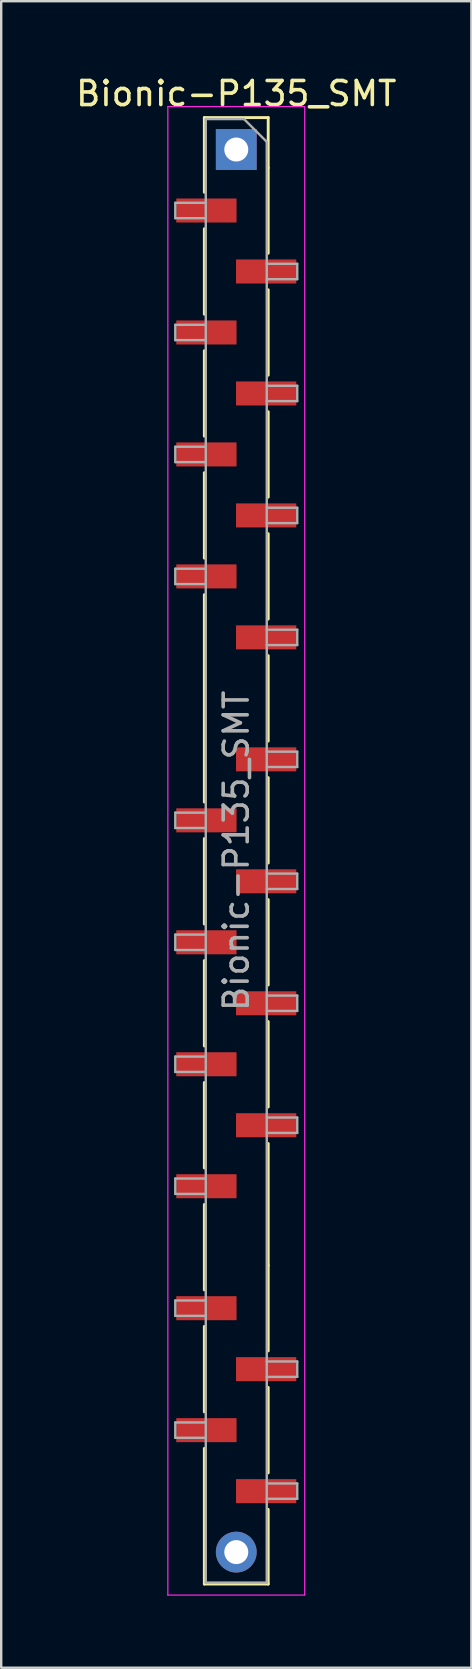
<source format=kicad_pcb>
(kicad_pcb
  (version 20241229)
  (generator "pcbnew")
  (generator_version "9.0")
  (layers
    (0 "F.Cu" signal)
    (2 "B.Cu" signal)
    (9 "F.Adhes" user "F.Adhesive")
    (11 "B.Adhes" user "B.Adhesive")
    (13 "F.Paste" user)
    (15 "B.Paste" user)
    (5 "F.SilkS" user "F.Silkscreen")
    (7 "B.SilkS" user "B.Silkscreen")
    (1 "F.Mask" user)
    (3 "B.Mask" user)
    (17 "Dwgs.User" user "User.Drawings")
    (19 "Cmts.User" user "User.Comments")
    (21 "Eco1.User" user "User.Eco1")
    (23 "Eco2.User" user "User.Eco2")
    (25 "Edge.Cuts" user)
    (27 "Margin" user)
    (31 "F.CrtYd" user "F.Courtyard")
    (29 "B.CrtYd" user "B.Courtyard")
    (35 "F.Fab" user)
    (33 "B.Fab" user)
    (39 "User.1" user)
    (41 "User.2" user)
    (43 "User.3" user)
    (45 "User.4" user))
  (footprint "Bionic-P135_SMT"
    (layer "F.Cu")
    (at 6.812 32.388)
    (property "Reference" "Bionic-P135_SMT" (at -0.021 -31.54 0) (layer "F.SilkS") (effects (font (size 1 1) (thickness 0.15))))
    (attr through_hole)
    (fp_line (start -1.351 -30.54) (end -1.351 -27.43) (stroke (width 0.12) (type solid)) (layer "F.SilkS"))
    (fp_line (start -1.351 -25.91) (end -1.351 -22.35) (stroke (width 0.12) (type solid)) (layer "F.SilkS"))
    (fp_line (start -1.351 -20.83) (end -1.351 -17.27) (stroke (width 0.12) (type solid)) (layer "F.SilkS"))
    (fp_line (start -1.351 -15.75) (end -1.351 -12.19) (stroke (width 0.12) (type solid)) (layer "F.SilkS"))
    (fp_line (start -1.351 -10.67) (end -1.351 -5.59) (stroke (width 0.12) (type solid)) (layer "F.SilkS"))
    (fp_line (start -1.351 -5.59) (end -1.351 -2.03) (stroke (width 0.12) (type solid)) (layer "F.SilkS"))
    (fp_line (start -1.351 -0.51) (end -1.351 3.05) (stroke (width 0.12) (type solid)) (layer "F.SilkS"))
    (fp_line (start -1.351 4.57) (end -1.351 8.13) (stroke (width 0.12) (type solid)) (layer "F.SilkS"))
    (fp_line (start -1.351 9.65) (end -1.351 13.21) (stroke (width 0.12) (type solid)) (layer "F.SilkS"))
    (fp_line (start -1.351 14.73) (end -1.351 18.29) (stroke (width 0.12) (type solid)) (layer "F.SilkS"))
    (fp_line (start -1.351 19.81) (end -1.351 23.37) (stroke (width 0.12) (type solid)) (layer "F.SilkS"))
    (fp_line (start -1.351 24.89) (end -1.351 29.97) (stroke (width 0.12) (type solid)) (layer "F.SilkS"))
    (fp_line (start -1.351 29.97) (end -1.351 30.54) (stroke (width 0.12) (type solid)) (layer "F.SilkS"))
    (fp_line (start 1.309 -30.54) (end -1.351 -30.54) (stroke (width 0.12) (type solid)) (layer "F.SilkS"))
    (fp_line (start 1.309 -30.54) (end 1.309 -28.45) (stroke (width 0.12) (type solid)) (layer "F.SilkS"))
    (fp_line (start 1.309 -28.45) (end 1.309 -24.89) (stroke (width 0.12) (type solid)) (layer "F.SilkS"))
    (fp_line (start 1.309 -23.37) (end 1.309 -19.81) (stroke (width 0.12) (type solid)) (layer "F.SilkS"))
    (fp_line (start 1.309 -18.29) (end 1.309 -14.73) (stroke (width 0.12) (type solid)) (layer "F.SilkS"))
    (fp_line (start 1.309 -13.21) (end 1.309 -9.65) (stroke (width 0.12) (type solid)) (layer "F.SilkS"))
    (fp_line (start 1.309 -8.13) (end 1.309 -4.57) (stroke (width 0.12) (type solid)) (layer "F.SilkS"))
    (fp_line (start 1.309 -3.05) (end 1.309 0.51) (stroke (width 0.12) (type solid)) (layer "F.SilkS"))
    (fp_line (start 1.309 2.03) (end 1.309 5.59) (stroke (width 0.12) (type solid)) (layer "F.SilkS"))
    (fp_line (start 1.309 7.11) (end 1.309 10.67) (stroke (width 0.12) (type solid)) (layer "F.SilkS"))
    (fp_line (start 1.309 12.19) (end 1.309 17.27) (stroke (width 0.12) (type solid)) (layer "F.SilkS"))
    (fp_line (start 1.309 17.27) (end 1.309 20.83) (stroke (width 0.12) (type solid)) (layer "F.SilkS"))
    (fp_line (start 1.309 22.35) (end 1.309 25.91) (stroke (width 0.12) (type solid)) (layer "F.SilkS"))
    (fp_line (start 1.309 27.43) (end 1.309 30.54) (stroke (width 0.12) (type solid)) (layer "F.SilkS"))
    (fp_line (start 1.309 30.54) (end -1.351 30.54) (stroke (width 0.12) (type solid)) (layer "F.SilkS"))
    (fp_line (start -2.871 -31) (end 2.829 -31) (stroke (width 0.05) (type solid)) (layer "F.CrtYd"))
    (fp_line (start -2.871 31) (end -2.871 -31) (stroke (width 0.05) (type solid)) (layer "F.CrtYd"))
    (fp_line (start 2.829 -31) (end 2.829 31) (stroke (width 0.05) (type solid)) (layer "F.CrtYd"))
    (fp_line (start 2.829 31) (end -2.871 31) (stroke (width 0.05) (type solid)) (layer "F.CrtYd"))
    (fp_line (start -2.561 -26.99) (end -2.561 -26.35) (stroke (width 0.1) (type solid)) (layer "F.Fab"))
    (fp_line (start -2.561 -26.35) (end -1.291 -26.35) (stroke (width 0.1) (type solid)) (layer "F.Fab"))
    (fp_line (start -2.561 -21.91) (end -2.561 -21.27) (stroke (width 0.1) (type solid)) (layer "F.Fab"))
    (fp_line (start -2.561 -21.27) (end -1.291 -21.27) (stroke (width 0.1) (type solid)) (layer "F.Fab"))
    (fp_line (start -2.561 -16.83) (end -2.561 -16.19) (stroke (width 0.1) (type solid)) (layer "F.Fab"))
    (fp_line (start -2.561 -16.19) (end -1.291 -16.19) (stroke (width 0.1) (type solid)) (layer "F.Fab"))
    (fp_line (start -2.561 -11.75) (end -2.561 -11.11) (stroke (width 0.1) (type solid)) (layer "F.Fab"))
    (fp_line (start -2.561 -11.11) (end -1.291 -11.11) (stroke (width 0.1) (type solid)) (layer "F.Fab"))
    (fp_line (start -2.561 -1.59) (end -2.561 -0.95) (stroke (width 0.1) (type solid)) (layer "F.Fab"))
    (fp_line (start -2.561 -0.95) (end -1.291 -0.95) (stroke (width 0.1) (type solid)) (layer "F.Fab"))
    (fp_line (start -2.561 3.49) (end -2.561 4.13) (stroke (width 0.1) (type solid)) (layer "F.Fab"))
    (fp_line (start -2.561 4.13) (end -1.291 4.13) (stroke (width 0.1) (type solid)) (layer "F.Fab"))
    (fp_line (start -2.561 8.57) (end -2.561 9.21) (stroke (width 0.1) (type solid)) (layer "F.Fab"))
    (fp_line (start -2.561 9.21) (end -1.291 9.21) (stroke (width 0.1) (type solid)) (layer "F.Fab"))
    (fp_line (start -2.561 13.65) (end -2.561 14.29) (stroke (width 0.1) (type solid)) (layer "F.Fab"))
    (fp_line (start -2.561 14.29) (end -1.291 14.29) (stroke (width 0.1) (type solid)) (layer "F.Fab"))
    (fp_line (start -2.561 18.73) (end -2.561 19.37) (stroke (width 0.1) (type solid)) (layer "F.Fab"))
    (fp_line (start -2.561 19.37) (end -1.291 19.37) (stroke (width 0.1) (type solid)) (layer "F.Fab"))
    (fp_line (start -2.561 23.81) (end -2.561 24.45) (stroke (width 0.1) (type solid)) (layer "F.Fab"))
    (fp_line (start -2.561 24.45) (end -1.291 24.45) (stroke (width 0.1) (type solid)) (layer "F.Fab"))
    (fp_line (start -1.291 -30.48) (end -1.291 30.48) (stroke (width 0.1) (type solid)) (layer "F.Fab"))
    (fp_line (start -1.291 -26.99) (end -2.561 -26.99) (stroke (width 0.1) (type solid)) (layer "F.Fab"))
    (fp_line (start -1.291 -21.91) (end -2.561 -21.91) (stroke (width 0.1) (type solid)) (layer "F.Fab"))
    (fp_line (start -1.291 -16.83) (end -2.561 -16.83) (stroke (width 0.1) (type solid)) (layer "F.Fab"))
    (fp_line (start -1.291 -11.75) (end -2.561 -11.75) (stroke (width 0.1) (type solid)) (layer "F.Fab"))
    (fp_line (start -1.291 -1.59) (end -2.561 -1.59) (stroke (width 0.1) (type solid)) (layer "F.Fab"))
    (fp_line (start -1.291 3.49) (end -2.561 3.49) (stroke (width 0.1) (type solid)) (layer "F.Fab"))
    (fp_line (start -1.291 8.57) (end -2.561 8.57) (stroke (width 0.1) (type solid)) (layer "F.Fab"))
    (fp_line (start -1.291 13.65) (end -2.561 13.65) (stroke (width 0.1) (type solid)) (layer "F.Fab"))
    (fp_line (start -1.291 18.73) (end -2.561 18.73) (stroke (width 0.1) (type solid)) (layer "F.Fab"))
    (fp_line (start -1.291 23.81) (end -2.561 23.81) (stroke (width 0.1) (type solid)) (layer "F.Fab"))
    (fp_line (start -1.291 30.48) (end 1.249 30.48) (stroke (width 0.1) (type solid)) (layer "F.Fab"))
    (fp_line (start 0.299 -30.48) (end -1.291 -30.48) (stroke (width 0.1) (type solid)) (layer "F.Fab"))
    (fp_line (start 1.249 -29.53) (end 0.299 -30.48) (stroke (width 0.1) (type solid)) (layer "F.Fab"))
    (fp_line (start 1.249 -24.45) (end 2.519 -24.45) (stroke (width 0.1) (type solid)) (layer "F.Fab"))
    (fp_line (start 1.249 -19.37) (end 2.519 -19.37) (stroke (width 0.1) (type solid)) (layer "F.Fab"))
    (fp_line (start 1.249 -14.29) (end 2.519 -14.29) (stroke (width 0.1) (type solid)) (layer "F.Fab"))
    (fp_line (start 1.249 -9.21) (end 2.519 -9.21) (stroke (width 0.1) (type solid)) (layer "F.Fab"))
    (fp_line (start 1.249 -4.13) (end 2.519 -4.13) (stroke (width 0.1) (type solid)) (layer "F.Fab"))
    (fp_line (start 1.249 0.95) (end 2.519 0.95) (stroke (width 0.1) (type solid)) (layer "F.Fab"))
    (fp_line (start 1.249 6.03) (end 2.519 6.03) (stroke (width 0.1) (type solid)) (layer "F.Fab"))
    (fp_line (start 1.249 11.11) (end 2.519 11.11) (stroke (width 0.1) (type solid)) (layer "F.Fab"))
    (fp_line (start 1.249 21.27) (end 2.519 21.27) (stroke (width 0.1) (type solid)) (layer "F.Fab"))
    (fp_line (start 1.249 26.35) (end 2.519 26.35) (stroke (width 0.1) (type solid)) (layer "F.Fab"))
    (fp_line (start 1.249 30.48) (end 1.249 -29.53) (stroke (width 0.1) (type solid)) (layer "F.Fab"))
    (fp_line (start 2.519 -24.45) (end 2.519 -23.81) (stroke (width 0.1) (type solid)) (layer "F.Fab"))
    (fp_line (start 2.519 -23.81) (end 1.249 -23.81) (stroke (width 0.1) (type solid)) (layer "F.Fab"))
    (fp_line (start 2.519 -19.37) (end 2.519 -18.73) (stroke (width 0.1) (type solid)) (layer "F.Fab"))
    (fp_line (start 2.519 -18.73) (end 1.249 -18.73) (stroke (width 0.1) (type solid)) (layer "F.Fab"))
    (fp_line (start 2.519 -14.29) (end 2.519 -13.65) (stroke (width 0.1) (type solid)) (layer "F.Fab"))
    (fp_line (start 2.519 -13.65) (end 1.249 -13.65) (stroke (width 0.1) (type solid)) (layer "F.Fab"))
    (fp_line (start 2.519 -9.21) (end 2.519 -8.57) (stroke (width 0.1) (type solid)) (layer "F.Fab"))
    (fp_line (start 2.519 -8.57) (end 1.249 -8.57) (stroke (width 0.1) (type solid)) (layer "F.Fab"))
    (fp_line (start 2.519 -4.13) (end 2.519 -3.49) (stroke (width 0.1) (type solid)) (layer "F.Fab"))
    (fp_line (start 2.519 -3.49) (end 1.249 -3.49) (stroke (width 0.1) (type solid)) (layer "F.Fab"))
    (fp_line (start 2.519 0.95) (end 2.519 1.59) (stroke (width 0.1) (type solid)) (layer "F.Fab"))
    (fp_line (start 2.519 1.59) (end 1.249 1.59) (stroke (width 0.1) (type solid)) (layer "F.Fab"))
    (fp_line (start 2.519 6.03) (end 2.519 6.67) (stroke (width 0.1) (type solid)) (layer "F.Fab"))
    (fp_line (start 2.519 6.67) (end 1.249 6.67) (stroke (width 0.1) (type solid)) (layer "F.Fab"))
    (fp_line (start 2.519 11.11) (end 2.519 11.75) (stroke (width 0.1) (type solid)) (layer "F.Fab"))
    (fp_line (start 2.519 11.75) (end 1.249 11.75) (stroke (width 0.1) (type solid)) (layer "F.Fab"))
    (fp_line (start 2.519 21.27) (end 2.519 21.91) (stroke (width 0.1) (type solid)) (layer "F.Fab"))
    (fp_line (start 2.519 21.91) (end 1.249 21.91) (stroke (width 0.1) (type solid)) (layer "F.Fab"))
    (fp_line (start 2.519 26.35) (end 2.519 26.99) (stroke (width 0.1) (type solid)) (layer "F.Fab"))
    (fp_line (start 2.519 26.99) (end 1.249 26.99) (stroke (width 0.1) (type solid)) (layer "F.Fab"))
    (fp_line (start -0.021 -27.432) (end -2.053 -27.432) (stroke (width 0.1) (type default)) (layer "User.1"))
    (fp_text user "${REFERENCE}" (at -0.021 0 90) (layer "F.Fab") (effects (font (size 1 1) (thickness 0.15))))
    (pad "1" thru_hole rect (at -0.021 -29.21) (size 1.7 1.7) (drill 1) (layers "*.Cu" "*.Mask"))
    (pad "2" smd rect (at -1.265 -26.67) (size 2.51 1) (layers "F.Cu" "F.Mask" "F.Paste"))
    (pad "3" smd rect (at 1.224 -24.13) (size 2.51 1) (layers "F.Cu" "F.Mask" "F.Paste"))
    (pad "4" smd rect (at -1.265 -21.59) (size 2.51 1) (layers "F.Cu" "F.Mask" "F.Paste"))
    (pad "5" smd rect (at 1.224 -19.05) (size 2.51 1) (layers "F.Cu" "F.Mask" "F.Paste"))
    (pad "6" smd rect (at -1.265 -16.51) (size 2.51 1) (layers "F.Cu" "F.Mask" "F.Paste"))
    (pad "7" smd rect (at 1.224 -13.97) (size 2.51 1) (layers "F.Cu" "F.Mask" "F.Paste"))
    (pad "8" smd rect (at -1.265 -11.43) (size 2.51 1) (layers "F.Cu" "F.Mask" "F.Paste"))
    (pad "9" smd rect (at 1.224 -8.89) (size 2.51 1) (layers "F.Cu" "F.Mask" "F.Paste"))
    (pad "11" smd rect (at 1.224 -3.81) (size 2.51 1) (layers "F.Cu" "F.Mask" "F.Paste"))
    (pad "12" smd rect (at -1.265 -1.27) (size 2.51 1) (layers "F.Cu" "F.Mask" "F.Paste"))
    (pad "13" smd rect (at 1.224 1.27) (size 2.51 1) (layers "F.Cu" "F.Mask" "F.Paste"))
    (pad "14" smd rect (at -1.265 3.81) (size 2.51 1) (layers "F.Cu" "F.Mask" "F.Paste"))
    (pad "15" smd rect (at 1.224 6.35) (size 2.51 1) (layers "F.Cu" "F.Mask" "F.Paste"))
    (pad "16" smd rect (at -1.265 8.89) (size 2.51 1) (layers "F.Cu" "F.Mask" "F.Paste"))
    (pad "17" smd rect (at 1.224 11.43) (size 2.51 1) (layers "F.Cu" "F.Mask" "F.Paste"))
    (pad "18" smd rect (at -1.265 13.97) (size 2.51 1) (layers "F.Cu" "F.Mask" "F.Paste"))
    (pad "20" smd rect (at -1.265 19.05) (size 2.51 1) (layers "F.Cu" "F.Mask" "F.Paste"))
    (pad "21" smd rect (at 1.224 21.59) (size 2.51 1) (layers "F.Cu" "F.Mask" "F.Paste"))
    (pad "22" smd rect (at -1.265 24.13) (size 2.51 1) (layers "F.Cu" "F.Mask" "F.Paste"))
    (pad "23" smd rect (at 1.224 26.67) (size 2.51 1) (layers "F.Cu" "F.Mask" "F.Paste"))
    (pad "24" thru_hole oval (at -0.021 29.21) (size 1.7 1.7) (drill 1) (layers "*.Cu" "*.Mask")))
  (gr_rect
    (start -3 -3)
    (end 16.583 66.413)
    (stroke (width 0.1) (type default))
    (fill no)
    (layer "Edge.Cuts")))
</source>
